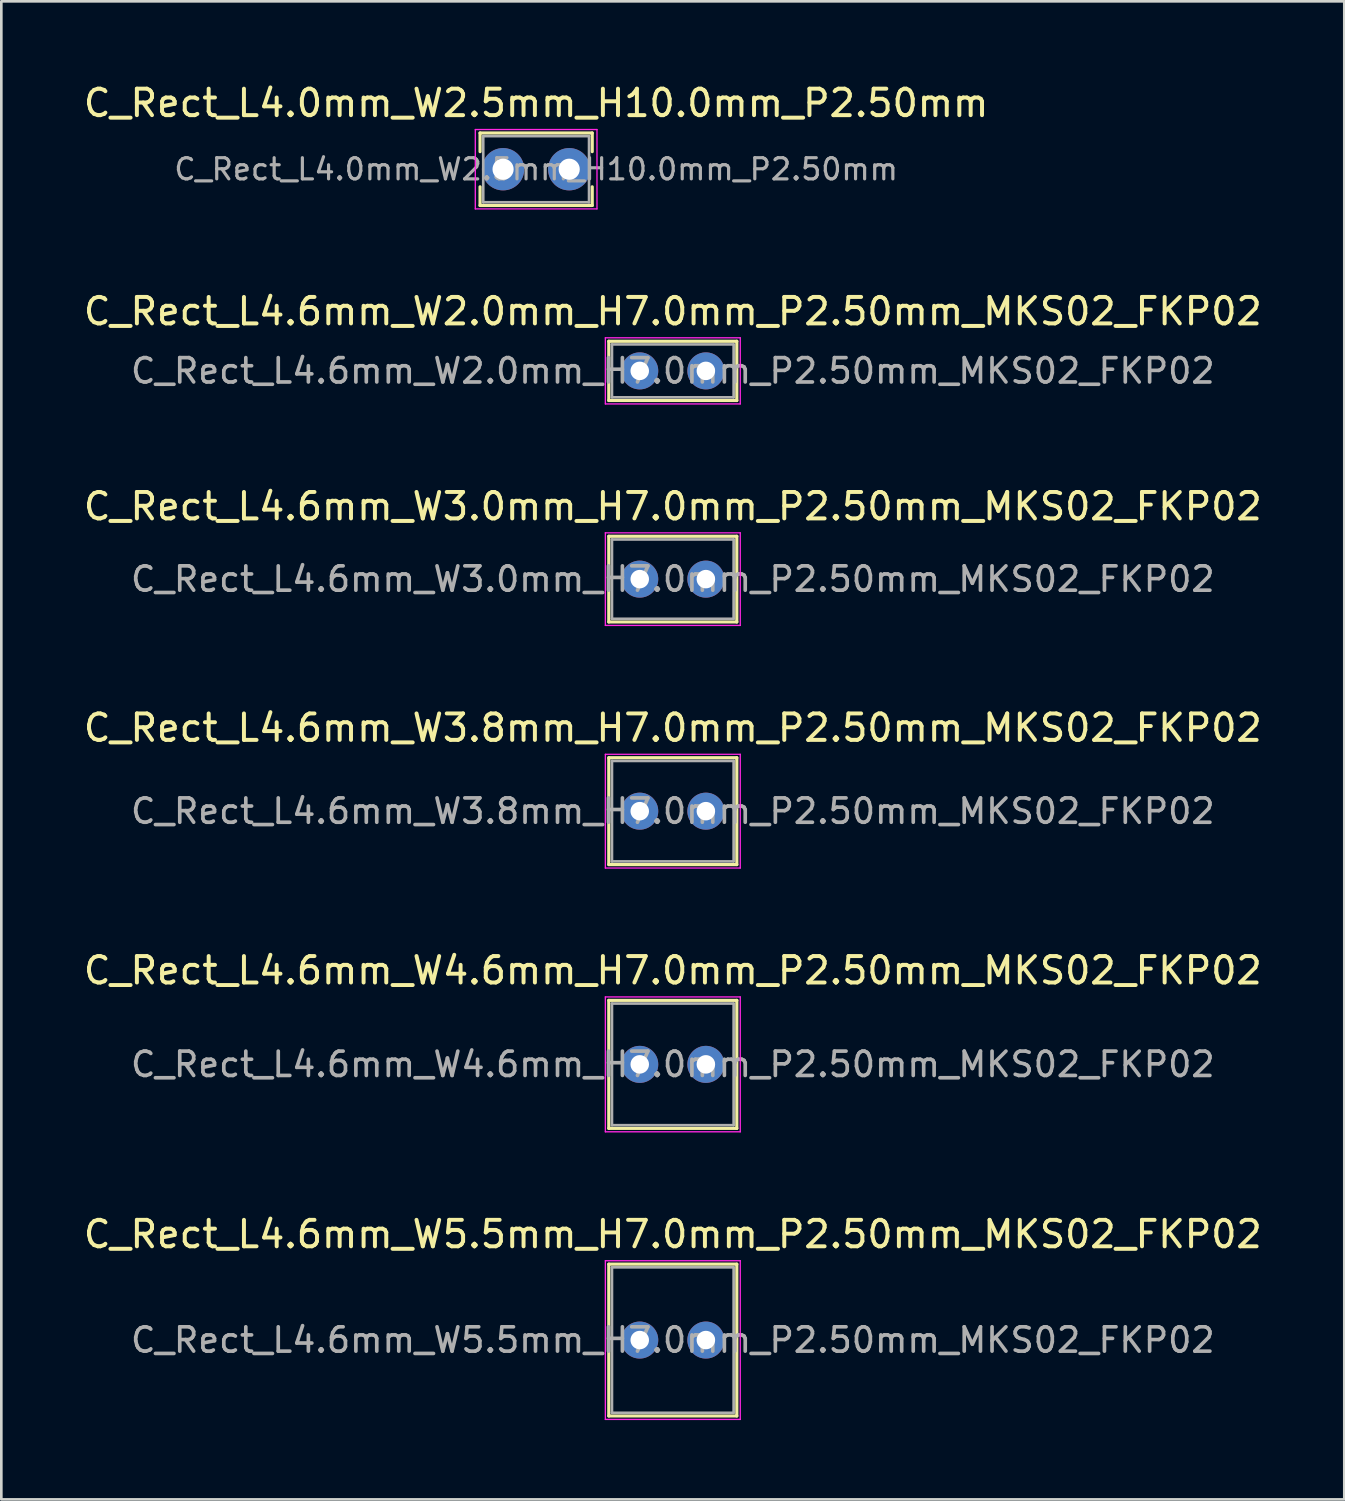
<source format=kicad_pcb>
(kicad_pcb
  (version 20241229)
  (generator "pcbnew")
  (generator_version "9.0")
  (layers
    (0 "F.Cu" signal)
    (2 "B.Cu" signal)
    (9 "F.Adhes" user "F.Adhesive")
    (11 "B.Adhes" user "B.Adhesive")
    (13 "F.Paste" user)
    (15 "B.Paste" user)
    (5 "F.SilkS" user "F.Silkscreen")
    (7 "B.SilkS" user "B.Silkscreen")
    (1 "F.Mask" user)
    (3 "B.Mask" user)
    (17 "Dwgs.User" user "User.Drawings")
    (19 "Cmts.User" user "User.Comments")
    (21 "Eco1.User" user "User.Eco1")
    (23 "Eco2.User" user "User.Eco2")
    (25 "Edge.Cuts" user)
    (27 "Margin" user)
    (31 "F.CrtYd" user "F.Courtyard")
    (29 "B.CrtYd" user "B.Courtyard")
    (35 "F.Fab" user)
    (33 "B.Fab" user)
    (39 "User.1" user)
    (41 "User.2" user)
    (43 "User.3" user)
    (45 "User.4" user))
  (footprint "C_Rect_L4.0mm_W2.5mm_H10.0mm_P2.50mm"
    (layer "F.Cu")
    (at 15.97 3.348)
    (property "Reference" "C_Rect_L4.0mm_W2.5mm_H10.0mm_P2.50mm" (at 1.25 -2.5 0) (layer "F.SilkS") (effects (font (size 1 1) (thickness 0.15))))
    (attr through_hole)
    (fp_line (start -0.87 -1.37) (end -0.87 -0.665) (stroke (width 0.12) (type solid)) (layer "F.SilkS"))
    (fp_line (start -0.87 -1.37) (end 3.37 -1.37) (stroke (width 0.12) (type solid)) (layer "F.SilkS"))
    (fp_line (start -0.87 0.665) (end -0.87 1.37) (stroke (width 0.12) (type solid)) (layer "F.SilkS"))
    (fp_line (start -0.87 1.37) (end 3.37 1.37) (stroke (width 0.12) (type solid)) (layer "F.SilkS"))
    (fp_line (start 3.37 -1.37) (end 3.37 -0.665) (stroke (width 0.12) (type solid)) (layer "F.SilkS"))
    (fp_line (start 3.37 0.665) (end 3.37 1.37) (stroke (width 0.12) (type solid)) (layer "F.SilkS"))
    (fp_line (start -1.05 -1.5) (end -1.05 1.5) (stroke (width 0.05) (type solid)) (layer "F.CrtYd"))
    (fp_line (start -1.05 1.5) (end 3.55 1.5) (stroke (width 0.05) (type solid)) (layer "F.CrtYd"))
    (fp_line (start 3.55 -1.5) (end -1.05 -1.5) (stroke (width 0.05) (type solid)) (layer "F.CrtYd"))
    (fp_line (start 3.55 1.5) (end 3.55 -1.5) (stroke (width 0.05) (type solid)) (layer "F.CrtYd"))
    (fp_line (start -0.75 -1.25) (end -0.75 1.25) (stroke (width 0.1) (type solid)) (layer "F.Fab"))
    (fp_line (start -0.75 1.25) (end 3.25 1.25) (stroke (width 0.1) (type solid)) (layer "F.Fab"))
    (fp_line (start 3.25 -1.25) (end -0.75 -1.25) (stroke (width 0.1) (type solid)) (layer "F.Fab"))
    (fp_line (start 3.25 1.25) (end 3.25 -1.25) (stroke (width 0.1) (type solid)) (layer "F.Fab"))
    (fp_text user "${REFERENCE}" (at 1.25 0 0) (layer "F.Fab") (effects (font (size 0.8 0.8) (thickness 0.12))))
    (pad "1" thru_hole circle (at 0 0) (size 1.6 1.6) (drill 0.8) (layers "*.Cu" "*.Mask"))
    (pad "2" thru_hole circle (at 2.5 0) (size 1.6 1.6) (drill 0.8) (layers "*.Cu" "*.Mask")))
  (footprint "C_Rect_L4.6mm_W4.6mm_H7.0mm_P2.50mm_MKS02_FKP02"
    (layer "F.Cu")
    (at 21.137 37.191)
    (property "Reference" "C_Rect_L4.6mm_W4.6mm_H7.0mm_P2.50mm_MKS02_FKP02" (at 1.25 -3.55 0) (layer "F.SilkS") (effects (font (size 1 1) (thickness 0.15))))
    (attr through_hole)
    (fp_line (start -1.17 -2.42) (end -1.17 2.42) (stroke (width 0.12) (type solid)) (layer "F.SilkS"))
    (fp_line (start -1.17 -2.42) (end 3.67 -2.42) (stroke (width 0.12) (type solid)) (layer "F.SilkS"))
    (fp_line (start -1.17 2.42) (end 3.67 2.42) (stroke (width 0.12) (type solid)) (layer "F.SilkS"))
    (fp_line (start 3.67 -2.42) (end 3.67 2.42) (stroke (width 0.12) (type solid)) (layer "F.SilkS"))
    (fp_line (start -1.3 -2.55) (end -1.3 2.55) (stroke (width 0.05) (type solid)) (layer "F.CrtYd"))
    (fp_line (start -1.3 2.55) (end 3.8 2.55) (stroke (width 0.05) (type solid)) (layer "F.CrtYd"))
    (fp_line (start 3.8 -2.55) (end -1.3 -2.55) (stroke (width 0.05) (type solid)) (layer "F.CrtYd"))
    (fp_line (start 3.8 2.55) (end 3.8 -2.55) (stroke (width 0.05) (type solid)) (layer "F.CrtYd"))
    (fp_line (start -1.05 -2.3) (end -1.05 2.3) (stroke (width 0.1) (type solid)) (layer "F.Fab"))
    (fp_line (start -1.05 2.3) (end 3.55 2.3) (stroke (width 0.1) (type solid)) (layer "F.Fab"))
    (fp_line (start 3.55 -2.3) (end -1.05 -2.3) (stroke (width 0.1) (type solid)) (layer "F.Fab"))
    (fp_line (start 3.55 2.3) (end 3.55 -2.3) (stroke (width 0.1) (type solid)) (layer "F.Fab"))
    (fp_text user "${REFERENCE}" (at 1.25 0 0) (layer "F.Fab") (effects (font (size 0.92 0.92) (thickness 0.138))))
    (pad "1" thru_hole circle (at 0 0) (size 1.4 1.4) (drill 0.7) (layers "*.Cu" "*.Mask"))
    (pad "2" thru_hole circle (at 2.5 0) (size 1.4 1.4) (drill 0.7) (layers "*.Cu" "*.Mask")))
  (footprint "C_Rect_L4.6mm_W5.5mm_H7.0mm_P2.50mm_MKS02_FKP02"
    (layer "F.Cu")
    (at 21.137 47.614)
    (property "Reference" "C_Rect_L4.6mm_W5.5mm_H7.0mm_P2.50mm_MKS02_FKP02" (at 1.25 -4 0) (layer "F.SilkS") (effects (font (size 1 1) (thickness 0.15))))
    (attr through_hole)
    (fp_line (start -1.17 -2.87) (end -1.17 2.87) (stroke (width 0.12) (type solid)) (layer "F.SilkS"))
    (fp_line (start -1.17 -2.87) (end 3.67 -2.87) (stroke (width 0.12) (type solid)) (layer "F.SilkS"))
    (fp_line (start -1.17 2.87) (end 3.67 2.87) (stroke (width 0.12) (type solid)) (layer "F.SilkS"))
    (fp_line (start 3.67 -2.87) (end 3.67 2.87) (stroke (width 0.12) (type solid)) (layer "F.SilkS"))
    (fp_line (start -1.3 -3) (end -1.3 3) (stroke (width 0.05) (type solid)) (layer "F.CrtYd"))
    (fp_line (start -1.3 3) (end 3.8 3) (stroke (width 0.05) (type solid)) (layer "F.CrtYd"))
    (fp_line (start 3.8 -3) (end -1.3 -3) (stroke (width 0.05) (type solid)) (layer "F.CrtYd"))
    (fp_line (start 3.8 3) (end 3.8 -3) (stroke (width 0.05) (type solid)) (layer "F.CrtYd"))
    (fp_line (start -1.05 -2.75) (end -1.05 2.75) (stroke (width 0.1) (type solid)) (layer "F.Fab"))
    (fp_line (start -1.05 2.75) (end 3.55 2.75) (stroke (width 0.1) (type solid)) (layer "F.Fab"))
    (fp_line (start 3.55 -2.75) (end -1.05 -2.75) (stroke (width 0.1) (type solid)) (layer "F.Fab"))
    (fp_line (start 3.55 2.75) (end 3.55 -2.75) (stroke (width 0.1) (type solid)) (layer "F.Fab"))
    (fp_text user "${REFERENCE}" (at 1.25 0 0) (layer "F.Fab") (effects (font (size 0.92 0.92) (thickness 0.138))))
    (pad "1" thru_hole circle (at 0 0) (size 1.4 1.4) (drill 0.7) (layers "*.Cu" "*.Mask"))
    (pad "2" thru_hole circle (at 2.5 0) (size 1.4 1.4) (drill 0.7) (layers "*.Cu" "*.Mask")))
  (footprint "C_Rect_L4.6mm_W2.0mm_H7.0mm_P2.50mm_MKS02_FKP02"
    (layer "F.Cu")
    (at 21.137 10.972)
    (property "Reference" "C_Rect_L4.6mm_W2.0mm_H7.0mm_P2.50mm_MKS02_FKP02" (at 1.25 -2.25 0) (layer "F.SilkS") (effects (font (size 1 1) (thickness 0.15))))
    (attr through_hole)
    (fp_line (start -1.17 -1.12) (end -1.17 1.12) (stroke (width 0.12) (type solid)) (layer "F.SilkS"))
    (fp_line (start -1.17 -1.12) (end 3.67 -1.12) (stroke (width 0.12) (type solid)) (layer "F.SilkS"))
    (fp_line (start -1.17 1.12) (end 3.67 1.12) (stroke (width 0.12) (type solid)) (layer "F.SilkS"))
    (fp_line (start 3.67 -1.12) (end 3.67 1.12) (stroke (width 0.12) (type solid)) (layer "F.SilkS"))
    (fp_line (start -1.3 -1.25) (end -1.3 1.25) (stroke (width 0.05) (type solid)) (layer "F.CrtYd"))
    (fp_line (start -1.3 1.25) (end 3.8 1.25) (stroke (width 0.05) (type solid)) (layer "F.CrtYd"))
    (fp_line (start 3.8 -1.25) (end -1.3 -1.25) (stroke (width 0.05) (type solid)) (layer "F.CrtYd"))
    (fp_line (start 3.8 1.25) (end 3.8 -1.25) (stroke (width 0.05) (type solid)) (layer "F.CrtYd"))
    (fp_line (start -1.05 -1) (end -1.05 1) (stroke (width 0.1) (type solid)) (layer "F.Fab"))
    (fp_line (start -1.05 1) (end 3.55 1) (stroke (width 0.1) (type solid)) (layer "F.Fab"))
    (fp_line (start 3.55 -1) (end -1.05 -1) (stroke (width 0.1) (type solid)) (layer "F.Fab"))
    (fp_line (start 3.55 1) (end 3.55 -1) (stroke (width 0.1) (type solid)) (layer "F.Fab"))
    (fp_text user "${REFERENCE}" (at 1.25 0 0) (layer "F.Fab") (effects (font (size 0.92 0.92) (thickness 0.138))))
    (pad "1" thru_hole circle (at 0 0) (size 1.4 1.4) (drill 0.7) (layers "*.Cu" "*.Mask"))
    (pad "2" thru_hole circle (at 2.5 0) (size 1.4 1.4) (drill 0.7) (layers "*.Cu" "*.Mask")))
  (footprint "C_Rect_L4.6mm_W3.8mm_H7.0mm_P2.50mm_MKS02_FKP02"
    (layer "F.Cu")
    (at 21.137 27.618)
    (property "Reference" "C_Rect_L4.6mm_W3.8mm_H7.0mm_P2.50mm_MKS02_FKP02" (at 1.25 -3.15 0) (layer "F.SilkS") (effects (font (size 1 1) (thickness 0.15))))
    (attr through_hole)
    (fp_line (start -1.17 -2.02) (end -1.17 2.02) (stroke (width 0.12) (type solid)) (layer "F.SilkS"))
    (fp_line (start -1.17 -2.02) (end 3.67 -2.02) (stroke (width 0.12) (type solid)) (layer "F.SilkS"))
    (fp_line (start -1.17 2.02) (end 3.67 2.02) (stroke (width 0.12) (type solid)) (layer "F.SilkS"))
    (fp_line (start 3.67 -2.02) (end 3.67 2.02) (stroke (width 0.12) (type solid)) (layer "F.SilkS"))
    (fp_line (start -1.3 -2.15) (end -1.3 2.15) (stroke (width 0.05) (type solid)) (layer "F.CrtYd"))
    (fp_line (start -1.3 2.15) (end 3.8 2.15) (stroke (width 0.05) (type solid)) (layer "F.CrtYd"))
    (fp_line (start 3.8 -2.15) (end -1.3 -2.15) (stroke (width 0.05) (type solid)) (layer "F.CrtYd"))
    (fp_line (start 3.8 2.15) (end 3.8 -2.15) (stroke (width 0.05) (type solid)) (layer "F.CrtYd"))
    (fp_line (start -1.05 -1.9) (end -1.05 1.9) (stroke (width 0.1) (type solid)) (layer "F.Fab"))
    (fp_line (start -1.05 1.9) (end 3.55 1.9) (stroke (width 0.1) (type solid)) (layer "F.Fab"))
    (fp_line (start 3.55 -1.9) (end -1.05 -1.9) (stroke (width 0.1) (type solid)) (layer "F.Fab"))
    (fp_line (start 3.55 1.9) (end 3.55 -1.9) (stroke (width 0.1) (type solid)) (layer "F.Fab"))
    (fp_text user "${REFERENCE}" (at 1.25 0 0) (layer "F.Fab") (effects (font (size 0.92 0.92) (thickness 0.138))))
    (pad "1" thru_hole circle (at 0 0) (size 1.4 1.4) (drill 0.7) (layers "*.Cu" "*.Mask"))
    (pad "2" thru_hole circle (at 2.5 0) (size 1.4 1.4) (drill 0.7) (layers "*.Cu" "*.Mask")))
  (footprint "C_Rect_L4.6mm_W3.0mm_H7.0mm_P2.50mm_MKS02_FKP02"
    (layer "F.Cu")
    (at 21.137 18.845)
    (property "Reference" "C_Rect_L4.6mm_W3.0mm_H7.0mm_P2.50mm_MKS02_FKP02" (at 1.25 -2.75 0) (layer "F.SilkS") (effects (font (size 1 1) (thickness 0.15))))
    (attr through_hole)
    (fp_line (start -1.17 -1.62) (end -1.17 1.62) (stroke (width 0.12) (type solid)) (layer "F.SilkS"))
    (fp_line (start -1.17 -1.62) (end 3.67 -1.62) (stroke (width 0.12) (type solid)) (layer "F.SilkS"))
    (fp_line (start -1.17 1.62) (end 3.67 1.62) (stroke (width 0.12) (type solid)) (layer "F.SilkS"))
    (fp_line (start 3.67 -1.62) (end 3.67 1.62) (stroke (width 0.12) (type solid)) (layer "F.SilkS"))
    (fp_line (start -1.3 -1.75) (end -1.3 1.75) (stroke (width 0.05) (type solid)) (layer "F.CrtYd"))
    (fp_line (start -1.3 1.75) (end 3.8 1.75) (stroke (width 0.05) (type solid)) (layer "F.CrtYd"))
    (fp_line (start 3.8 -1.75) (end -1.3 -1.75) (stroke (width 0.05) (type solid)) (layer "F.CrtYd"))
    (fp_line (start 3.8 1.75) (end 3.8 -1.75) (stroke (width 0.05) (type solid)) (layer "F.CrtYd"))
    (fp_line (start -1.05 -1.5) (end -1.05 1.5) (stroke (width 0.1) (type solid)) (layer "F.Fab"))
    (fp_line (start -1.05 1.5) (end 3.55 1.5) (stroke (width 0.1) (type solid)) (layer "F.Fab"))
    (fp_line (start 3.55 -1.5) (end -1.05 -1.5) (stroke (width 0.1) (type solid)) (layer "F.Fab"))
    (fp_line (start 3.55 1.5) (end 3.55 -1.5) (stroke (width 0.1) (type solid)) (layer "F.Fab"))
    (fp_text user "${REFERENCE}" (at 1.25 0 0) (layer "F.Fab") (effects (font (size 0.92 0.92) (thickness 0.138))))
    (pad "1" thru_hole circle (at 0 0) (size 1.4 1.4) (drill 0.7) (layers "*.Cu" "*.Mask"))
    (pad "2" thru_hole circle (at 2.5 0) (size 1.4 1.4) (drill 0.7) (layers "*.Cu" "*.Mask")))
  (gr_rect
    (start -3 -3)
    (end 47.774 53.639)
    (stroke (width 0.1) (type default))
    (fill no)
    (layer "Edge.Cuts")))
</source>
